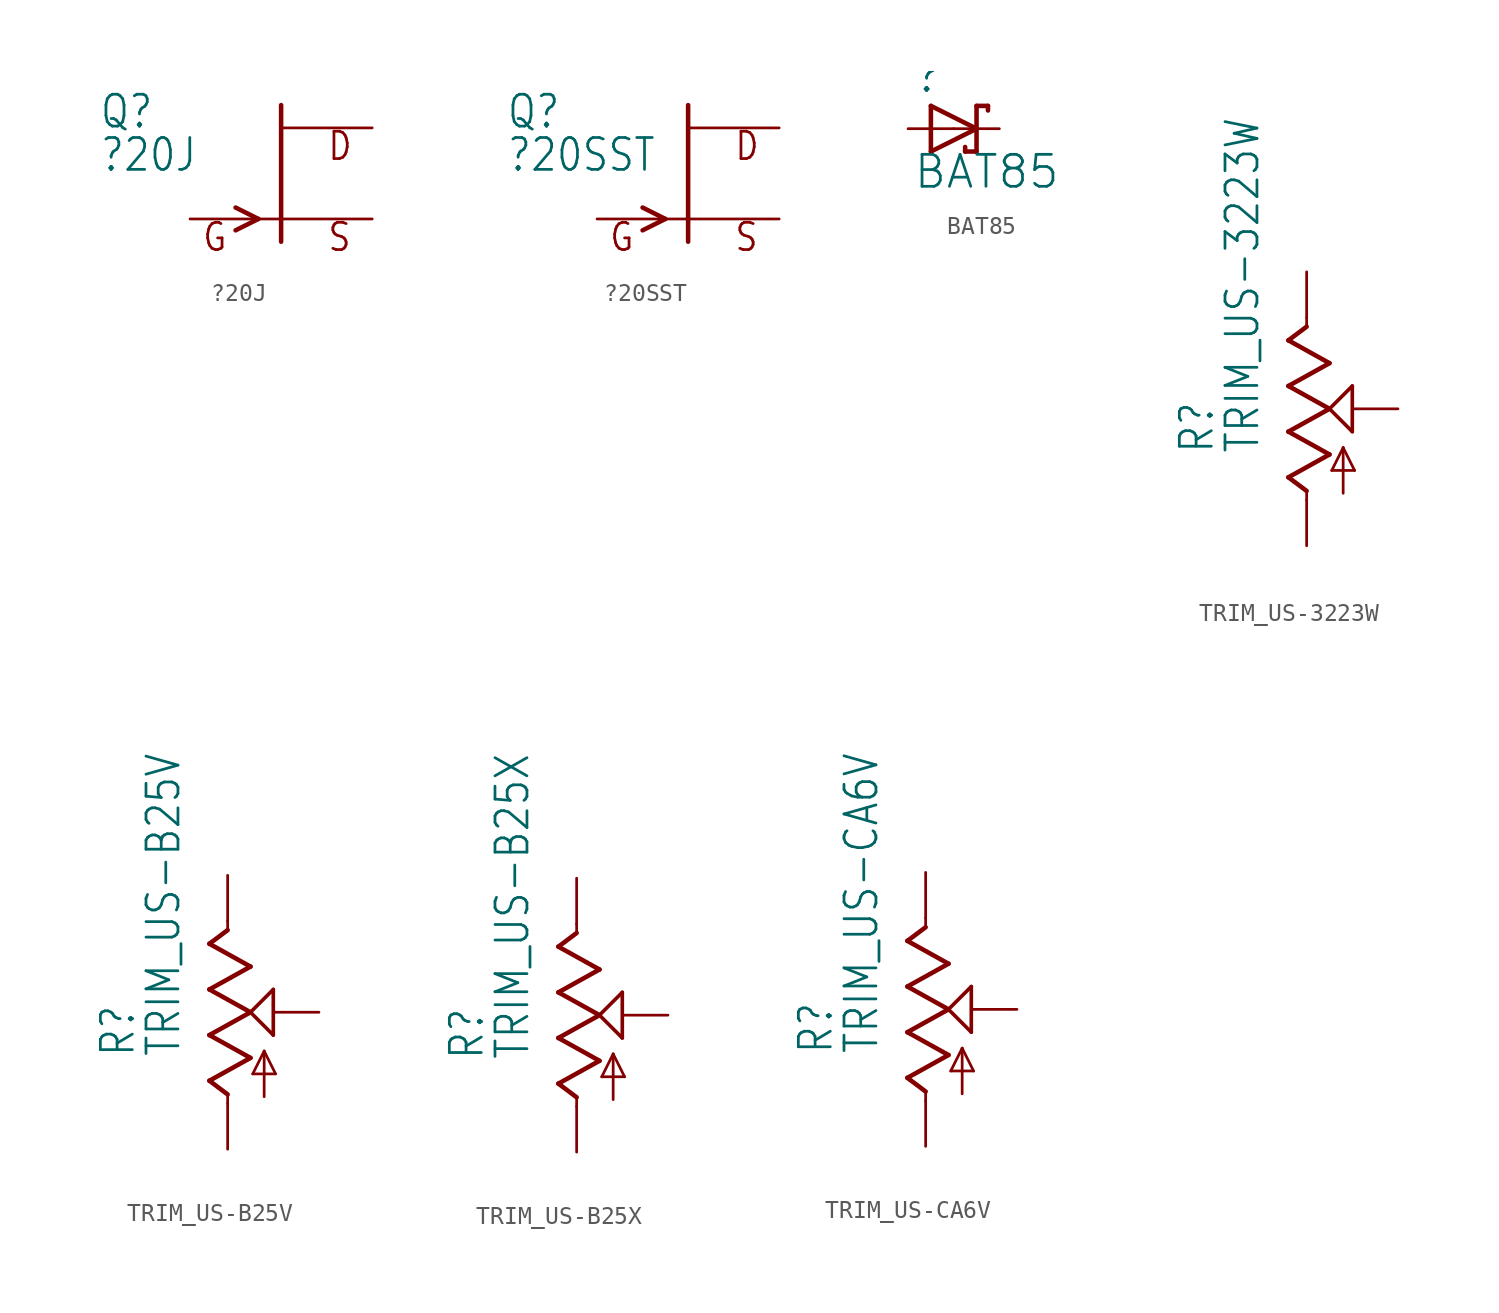
<source format=kicad_sym>
(kicad_symbol_lib
  (version 20211014)
  (generator kicad_symbol_editor)
  (symbol "?20J"
    (property "Reference" "Q"
      (at -10.16 2.413 0)
      (effects (font (size 1.778 1.511)) (justify left bottom)))
    (property "Value" "?20J"
      (at -10.16 0 0)
      (effects (font (size 1.778 1.511)) (justify left bottom)))
    (property "ki_locked" ""
      (at 0 0 0)
      (effects (font (size 1.27 1.27))))
    (symbol "?20J_1_0"
      (polyline (pts (xy -2.54 -1.905) (xy -1.27 -2.54)) (stroke (width 0.254) (type default) (color 0 0 0 0)) (fill (type none)))
      (polyline (pts (xy -1.27 -2.54) (xy -2.54 -3.175)) (stroke (width 0.254) (type default) (color 0 0 0 0)) (fill (type none)))
      (polyline (pts (xy 0 -3.81) (xy 0 3.81)) (stroke (width 0.254) (type default) (color 0 0 0 0)) (fill (type none)))
      (text "D" (at 2.54 0.635 0) (effects (font (size 1.524 1.295)) (justify left bottom)))
      (text "G" (at -4.445 -4.445 0) (effects (font (size 1.524 1.295)) (justify left bottom)))
      (text "S" (at 2.54 -4.445 0) (effects (font (size 1.524 1.295)) (justify left bottom)))
      (pin passive line (at -5.08 -2.54 0) (length 5.08) (name "G" (effects (font (size 0 0)))) (number "1" (effects (font (size 0 0)))))
      (pin passive line (at 5.08 -2.54 180) (length 5.08) (name "S" (effects (font (size 0 0)))) (number "2" (effects (font (size 0 0)))))
      (pin passive line (at 5.08 2.54 180) (length 5.08) (name "D" (effects (font (size 0 0)))) (number "3" (effects (font (size 0 0)))))))
  (symbol "?20SST"
    (property "Reference" "Q"
      (at -10.16 2.413 0)
      (effects (font (size 1.778 1.511)) (justify left bottom)))
    (property "Value" "?20SST"
      (at -10.16 0 0)
      (effects (font (size 1.778 1.511)) (justify left bottom)))
    (property "ki_locked" ""
      (at 0 0 0)
      (effects (font (size 1.27 1.27))))
    (symbol "?20SST_1_0"
      (polyline (pts (xy -2.54 -1.905) (xy -1.27 -2.54)) (stroke (width 0.254) (type default) (color 0 0 0 0)) (fill (type none)))
      (polyline (pts (xy -1.27 -2.54) (xy -2.54 -3.175)) (stroke (width 0.254) (type default) (color 0 0 0 0)) (fill (type none)))
      (polyline (pts (xy 0 -3.81) (xy 0 3.81)) (stroke (width 0.254) (type default) (color 0 0 0 0)) (fill (type none)))
      (text "D" (at 2.54 0.635 0) (effects (font (size 1.524 1.295)) (justify left bottom)))
      (text "G" (at -4.445 -4.445 0) (effects (font (size 1.524 1.295)) (justify left bottom)))
      (text "S" (at 2.54 -4.445 0) (effects (font (size 1.524 1.295)) (justify left bottom)))
      (pin passive line (at 5.08 2.54 180) (length 5.08) (name "D" (effects (font (size 0 0)))) (number "1" (effects (font (size 0 0)))))
      (pin passive line (at 5.08 -2.54 180) (length 5.08) (name "S" (effects (font (size 0 0)))) (number "2" (effects (font (size 0 0)))))
      (pin passive line (at -5.08 -2.54 0) (length 5.08) (name "G" (effects (font (size 0 0)))) (number "3" (effects (font (size 0 0)))))))
  (symbol "BAT85"
    (property "Reference" ""
      (at -2.286 1.905 0)
      (effects (font (size 1.778 1.778)) (justify left bottom)))
    (property "Value" "BAT85"
      (at -2.286 -3.429 0)
      (effects (font (size 1.778 1.778)) (justify left bottom)))
    (property "ki_locked" ""
      (at 0 0 0)
      (effects (font (size 1.27 1.27))))
    (symbol "BAT85_1_0"
      (polyline (pts (xy -1.27 -1.27) (xy 1.27 0)) (stroke (width 0.254) (type default) (color 0 0 0 0)) (fill (type none)))
      (polyline (pts (xy -1.27 1.27) (xy -1.27 -1.27)) (stroke (width 0.254) (type default) (color 0 0 0 0)) (fill (type none)))
      (polyline (pts (xy 0.635 -1.016) (xy 0.635 -1.27)) (stroke (width 0.254) (type default) (color 0 0 0 0)) (fill (type none)))
      (polyline (pts (xy 1.27 -1.27) (xy 0.635 -1.27)) (stroke (width 0.254) (type default) (color 0 0 0 0)) (fill (type none)))
      (polyline (pts (xy 1.27 0) (xy -1.27 1.27)) (stroke (width 0.254) (type default) (color 0 0 0 0)) (fill (type none)))
      (polyline (pts (xy 1.27 0) (xy 1.27 -1.27)) (stroke (width 0.254) (type default) (color 0 0 0 0)) (fill (type none)))
      (polyline (pts (xy 1.27 1.27) (xy 1.27 0)) (stroke (width 0.254) (type default) (color 0 0 0 0)) (fill (type none)))
      (polyline (pts (xy 1.905 1.27) (xy 1.27 1.27)) (stroke (width 0.254) (type default) (color 0 0 0 0)) (fill (type none)))
      (polyline (pts (xy 1.905 1.27) (xy 1.905 1.016)) (stroke (width 0.254) (type default) (color 0 0 0 0)) (fill (type none)))
      (pin passive line (at -2.54 0 0) (length 2.54) (name "A" (effects (font (size 0 0)))) (number "A" (effects (font (size 0 0)))))
      (pin passive line (at 2.54 0 180) (length 2.54) (name "K" (effects (font (size 0 0)))) (number "C" (effects (font (size 0 0)))))))
  (symbol "TRIM_US-3223W"
    (property "Reference" "R"
      (at -5.08 -2.54 90)
      (effects (font (size 1.778 1.511)) (justify left bottom)))
    (property "Value" "TRIM_US-3223W"
      (at -2.54 -2.54 90)
      (effects (font (size 1.778 1.511)) (justify left bottom)))
    (property "ki_locked" ""
      (at 0 0 0)
      (effects (font (size 1.27 1.27))))
    (symbol "TRIM_US-3223W_1_0"
      (polyline (pts (xy -1.016 -3.81) (xy 1.27 -2.54)) (stroke (width 0.254) (type default) (color 0 0 0 0)) (fill (type none)))
      (polyline (pts (xy -1.016 -1.27) (xy 1.27 0)) (stroke (width 0.254) (type default) (color 0 0 0 0)) (fill (type none)))
      (polyline (pts (xy -1.016 1.27) (xy 1.27 2.54)) (stroke (width 0.254) (type default) (color 0 0 0 0)) (fill (type none)))
      (polyline (pts (xy -1.016 3.81) (xy 0 4.572)) (stroke (width 0.254) (type default) (color 0 0 0 0)) (fill (type none)))
      (polyline (pts (xy 0 -5.08) (xy 0 -4.572)) (stroke (width 0.152) (type default) (color 0 0 0 0)) (fill (type none)))
      (polyline (pts (xy 0 -4.572) (xy -1.016 -3.81)) (stroke (width 0.254) (type default) (color 0 0 0 0)) (fill (type none)))
      (polyline (pts (xy 0 4.572) (xy 0 5.08)) (stroke (width 0.152) (type default) (color 0 0 0 0)) (fill (type none)))
      (polyline (pts (xy 1.27 -2.54) (xy -1.016 -1.27)) (stroke (width 0.254) (type default) (color 0 0 0 0)) (fill (type none)))
      (polyline (pts (xy 1.27 0) (xy -1.016 1.27)) (stroke (width 0.254) (type default) (color 0 0 0 0)) (fill (type none)))
      (polyline (pts (xy 1.27 0) (xy 2.54 1.27)) (stroke (width 0.203) (type default) (color 0 0 0 0)) (fill (type none)))
      (polyline (pts (xy 1.27 2.54) (xy -1.016 3.81)) (stroke (width 0.254) (type default) (color 0 0 0 0)) (fill (type none)))
      (polyline (pts (xy 1.397 -3.429) (xy 2.032 -2.159)) (stroke (width 0.152) (type default) (color 0 0 0 0)) (fill (type none)))
      (polyline (pts (xy 2.032 -4.699) (xy 2.032 -2.159)) (stroke (width 0.152) (type default) (color 0 0 0 0)) (fill (type none)))
      (polyline (pts (xy 2.032 -2.159) (xy 2.667 -3.429)) (stroke (width 0.152) (type default) (color 0 0 0 0)) (fill (type none)))
      (polyline (pts (xy 2.54 -1.27) (xy 1.27 0)) (stroke (width 0.203) (type default) (color 0 0 0 0)) (fill (type none)))
      (polyline (pts (xy 2.54 1.27) (xy 2.54 -1.27)) (stroke (width 0.203) (type default) (color 0 0 0 0)) (fill (type none)))
      (polyline (pts (xy 2.667 -3.429) (xy 1.397 -3.429)) (stroke (width 0.152) (type default) (color 0 0 0 0)) (fill (type none)))
      (pin passive line (at 0 -7.62 90) (length 2.54) (name "A" (effects (font (size 0 0)))) (number "1" (effects (font (size 0 0)))))
      (pin passive line (at 5.08 0 180) (length 2.54) (name "S" (effects (font (size 0 0)))) (number "2" (effects (font (size 0 0)))))
      (pin passive line (at 0 7.62 270) (length 2.54) (name "E" (effects (font (size 0 0)))) (number "3" (effects (font (size 0 0)))))))
  (symbol "TRIM_US-B25V"
    (property "Reference" "R"
      (at -5.08 -2.54 90)
      (effects (font (size 1.778 1.511)) (justify left bottom)))
    (property "Value" "TRIM_US-B25V"
      (at -2.54 -2.54 90)
      (effects (font (size 1.778 1.511)) (justify left bottom)))
    (property "ki_locked" ""
      (at 0 0 0)
      (effects (font (size 1.27 1.27))))
    (symbol "TRIM_US-B25V_1_0"
      (polyline (pts (xy -1.016 -3.81) (xy 1.27 -2.54)) (stroke (width 0.254) (type default) (color 0 0 0 0)) (fill (type none)))
      (polyline (pts (xy -1.016 -1.27) (xy 1.27 0)) (stroke (width 0.254) (type default) (color 0 0 0 0)) (fill (type none)))
      (polyline (pts (xy -1.016 1.27) (xy 1.27 2.54)) (stroke (width 0.254) (type default) (color 0 0 0 0)) (fill (type none)))
      (polyline (pts (xy -1.016 3.81) (xy 0 4.572)) (stroke (width 0.254) (type default) (color 0 0 0 0)) (fill (type none)))
      (polyline (pts (xy 0 -5.08) (xy 0 -4.572)) (stroke (width 0.152) (type default) (color 0 0 0 0)) (fill (type none)))
      (polyline (pts (xy 0 -4.572) (xy -1.016 -3.81)) (stroke (width 0.254) (type default) (color 0 0 0 0)) (fill (type none)))
      (polyline (pts (xy 0 4.572) (xy 0 5.08)) (stroke (width 0.152) (type default) (color 0 0 0 0)) (fill (type none)))
      (polyline (pts (xy 1.27 -2.54) (xy -1.016 -1.27)) (stroke (width 0.254) (type default) (color 0 0 0 0)) (fill (type none)))
      (polyline (pts (xy 1.27 0) (xy -1.016 1.27)) (stroke (width 0.254) (type default) (color 0 0 0 0)) (fill (type none)))
      (polyline (pts (xy 1.27 0) (xy 2.54 1.27)) (stroke (width 0.203) (type default) (color 0 0 0 0)) (fill (type none)))
      (polyline (pts (xy 1.27 2.54) (xy -1.016 3.81)) (stroke (width 0.254) (type default) (color 0 0 0 0)) (fill (type none)))
      (polyline (pts (xy 1.397 -3.429) (xy 2.032 -2.159)) (stroke (width 0.152) (type default) (color 0 0 0 0)) (fill (type none)))
      (polyline (pts (xy 2.032 -4.699) (xy 2.032 -2.159)) (stroke (width 0.152) (type default) (color 0 0 0 0)) (fill (type none)))
      (polyline (pts (xy 2.032 -2.159) (xy 2.667 -3.429)) (stroke (width 0.152) (type default) (color 0 0 0 0)) (fill (type none)))
      (polyline (pts (xy 2.54 -1.27) (xy 1.27 0)) (stroke (width 0.203) (type default) (color 0 0 0 0)) (fill (type none)))
      (polyline (pts (xy 2.54 1.27) (xy 2.54 -1.27)) (stroke (width 0.203) (type default) (color 0 0 0 0)) (fill (type none)))
      (polyline (pts (xy 2.667 -3.429) (xy 1.397 -3.429)) (stroke (width 0.152) (type default) (color 0 0 0 0)) (fill (type none)))
      (pin passive line (at 0 -7.62 90) (length 2.54) (name "A" (effects (font (size 0 0)))) (number "A" (effects (font (size 0 0)))))
      (pin passive line (at 0 7.62 270) (length 2.54) (name "E" (effects (font (size 0 0)))) (number "E" (effects (font (size 0 0)))))
      (pin passive line (at 5.08 0 180) (length 2.54) (name "S" (effects (font (size 0 0)))) (number "S" (effects (font (size 0 0)))))))
  (symbol "TRIM_US-B25X"
    (property "Reference" "R"
      (at -5.08 -2.54 90)
      (effects (font (size 1.778 1.511)) (justify left bottom)))
    (property "Value" "TRIM_US-B25X"
      (at -2.54 -2.54 90)
      (effects (font (size 1.778 1.511)) (justify left bottom)))
    (property "ki_locked" ""
      (at 0 0 0)
      (effects (font (size 1.27 1.27))))
    (symbol "TRIM_US-B25X_1_0"
      (polyline (pts (xy -1.016 -3.81) (xy 1.27 -2.54)) (stroke (width 0.254) (type default) (color 0 0 0 0)) (fill (type none)))
      (polyline (pts (xy -1.016 -1.27) (xy 1.27 0)) (stroke (width 0.254) (type default) (color 0 0 0 0)) (fill (type none)))
      (polyline (pts (xy -1.016 1.27) (xy 1.27 2.54)) (stroke (width 0.254) (type default) (color 0 0 0 0)) (fill (type none)))
      (polyline (pts (xy -1.016 3.81) (xy 0 4.572)) (stroke (width 0.254) (type default) (color 0 0 0 0)) (fill (type none)))
      (polyline (pts (xy 0 -5.08) (xy 0 -4.572)) (stroke (width 0.152) (type default) (color 0 0 0 0)) (fill (type none)))
      (polyline (pts (xy 0 -4.572) (xy -1.016 -3.81)) (stroke (width 0.254) (type default) (color 0 0 0 0)) (fill (type none)))
      (polyline (pts (xy 0 4.572) (xy 0 5.08)) (stroke (width 0.152) (type default) (color 0 0 0 0)) (fill (type none)))
      (polyline (pts (xy 1.27 -2.54) (xy -1.016 -1.27)) (stroke (width 0.254) (type default) (color 0 0 0 0)) (fill (type none)))
      (polyline (pts (xy 1.27 0) (xy -1.016 1.27)) (stroke (width 0.254) (type default) (color 0 0 0 0)) (fill (type none)))
      (polyline (pts (xy 1.27 0) (xy 2.54 1.27)) (stroke (width 0.203) (type default) (color 0 0 0 0)) (fill (type none)))
      (polyline (pts (xy 1.27 2.54) (xy -1.016 3.81)) (stroke (width 0.254) (type default) (color 0 0 0 0)) (fill (type none)))
      (polyline (pts (xy 1.397 -3.429) (xy 2.032 -2.159)) (stroke (width 0.152) (type default) (color 0 0 0 0)) (fill (type none)))
      (polyline (pts (xy 2.032 -4.699) (xy 2.032 -2.159)) (stroke (width 0.152) (type default) (color 0 0 0 0)) (fill (type none)))
      (polyline (pts (xy 2.032 -2.159) (xy 2.667 -3.429)) (stroke (width 0.152) (type default) (color 0 0 0 0)) (fill (type none)))
      (polyline (pts (xy 2.54 -1.27) (xy 1.27 0)) (stroke (width 0.203) (type default) (color 0 0 0 0)) (fill (type none)))
      (polyline (pts (xy 2.54 1.27) (xy 2.54 -1.27)) (stroke (width 0.203) (type default) (color 0 0 0 0)) (fill (type none)))
      (polyline (pts (xy 2.667 -3.429) (xy 1.397 -3.429)) (stroke (width 0.152) (type default) (color 0 0 0 0)) (fill (type none)))
      (pin passive line (at 0 -7.62 90) (length 2.54) (name "A" (effects (font (size 0 0)))) (number "A" (effects (font (size 0 0)))))
      (pin passive line (at 0 7.62 270) (length 2.54) (name "E" (effects (font (size 0 0)))) (number "E" (effects (font (size 0 0)))))
      (pin passive line (at 5.08 0 180) (length 2.54) (name "S" (effects (font (size 0 0)))) (number "S" (effects (font (size 0 0)))))))
  (symbol "TRIM_US-CA6V"
    (property "Reference" "R"
      (at -5.08 -2.54 90)
      (effects (font (size 1.778 1.511)) (justify left bottom)))
    (property "Value" "TRIM_US-CA6V"
      (at -2.54 -2.54 90)
      (effects (font (size 1.778 1.511)) (justify left bottom)))
    (property "ki_locked" ""
      (at 0 0 0)
      (effects (font (size 1.27 1.27))))
    (symbol "TRIM_US-CA6V_1_0"
      (polyline (pts (xy -1.016 -3.81) (xy 1.27 -2.54)) (stroke (width 0.254) (type default) (color 0 0 0 0)) (fill (type none)))
      (polyline (pts (xy -1.016 -1.27) (xy 1.27 0)) (stroke (width 0.254) (type default) (color 0 0 0 0)) (fill (type none)))
      (polyline (pts (xy -1.016 1.27) (xy 1.27 2.54)) (stroke (width 0.254) (type default) (color 0 0 0 0)) (fill (type none)))
      (polyline (pts (xy -1.016 3.81) (xy 0 4.572)) (stroke (width 0.254) (type default) (color 0 0 0 0)) (fill (type none)))
      (polyline (pts (xy 0 -5.08) (xy 0 -4.572)) (stroke (width 0.152) (type default) (color 0 0 0 0)) (fill (type none)))
      (polyline (pts (xy 0 -4.572) (xy -1.016 -3.81)) (stroke (width 0.254) (type default) (color 0 0 0 0)) (fill (type none)))
      (polyline (pts (xy 0 4.572) (xy 0 5.08)) (stroke (width 0.152) (type default) (color 0 0 0 0)) (fill (type none)))
      (polyline (pts (xy 1.27 -2.54) (xy -1.016 -1.27)) (stroke (width 0.254) (type default) (color 0 0 0 0)) (fill (type none)))
      (polyline (pts (xy 1.27 0) (xy -1.016 1.27)) (stroke (width 0.254) (type default) (color 0 0 0 0)) (fill (type none)))
      (polyline (pts (xy 1.27 0) (xy 2.54 1.27)) (stroke (width 0.203) (type default) (color 0 0 0 0)) (fill (type none)))
      (polyline (pts (xy 1.27 2.54) (xy -1.016 3.81)) (stroke (width 0.254) (type default) (color 0 0 0 0)) (fill (type none)))
      (polyline (pts (xy 1.397 -3.429) (xy 2.032 -2.159)) (stroke (width 0.152) (type default) (color 0 0 0 0)) (fill (type none)))
      (polyline (pts (xy 2.032 -4.699) (xy 2.032 -2.159)) (stroke (width 0.152) (type default) (color 0 0 0 0)) (fill (type none)))
      (polyline (pts (xy 2.032 -2.159) (xy 2.667 -3.429)) (stroke (width 0.152) (type default) (color 0 0 0 0)) (fill (type none)))
      (polyline (pts (xy 2.54 -1.27) (xy 1.27 0)) (stroke (width 0.203) (type default) (color 0 0 0 0)) (fill (type none)))
      (polyline (pts (xy 2.54 1.27) (xy 2.54 -1.27)) (stroke (width 0.203) (type default) (color 0 0 0 0)) (fill (type none)))
      (polyline (pts (xy 2.667 -3.429) (xy 1.397 -3.429)) (stroke (width 0.152) (type default) (color 0 0 0 0)) (fill (type none)))
      (pin passive line (at 0 -7.62 90) (length 2.54) (name "A" (effects (font (size 0 0)))) (number "A" (effects (font (size 0 0)))))
      (pin passive line (at 0 7.62 270) (length 2.54) (name "E" (effects (font (size 0 0)))) (number "E" (effects (font (size 0 0)))))
      (pin passive line (at 5.08 0 180) (length 2.54) (name "S" (effects (font (size 0 0)))) (number "S" (effects (font (size 0 0))))))))
</source>
